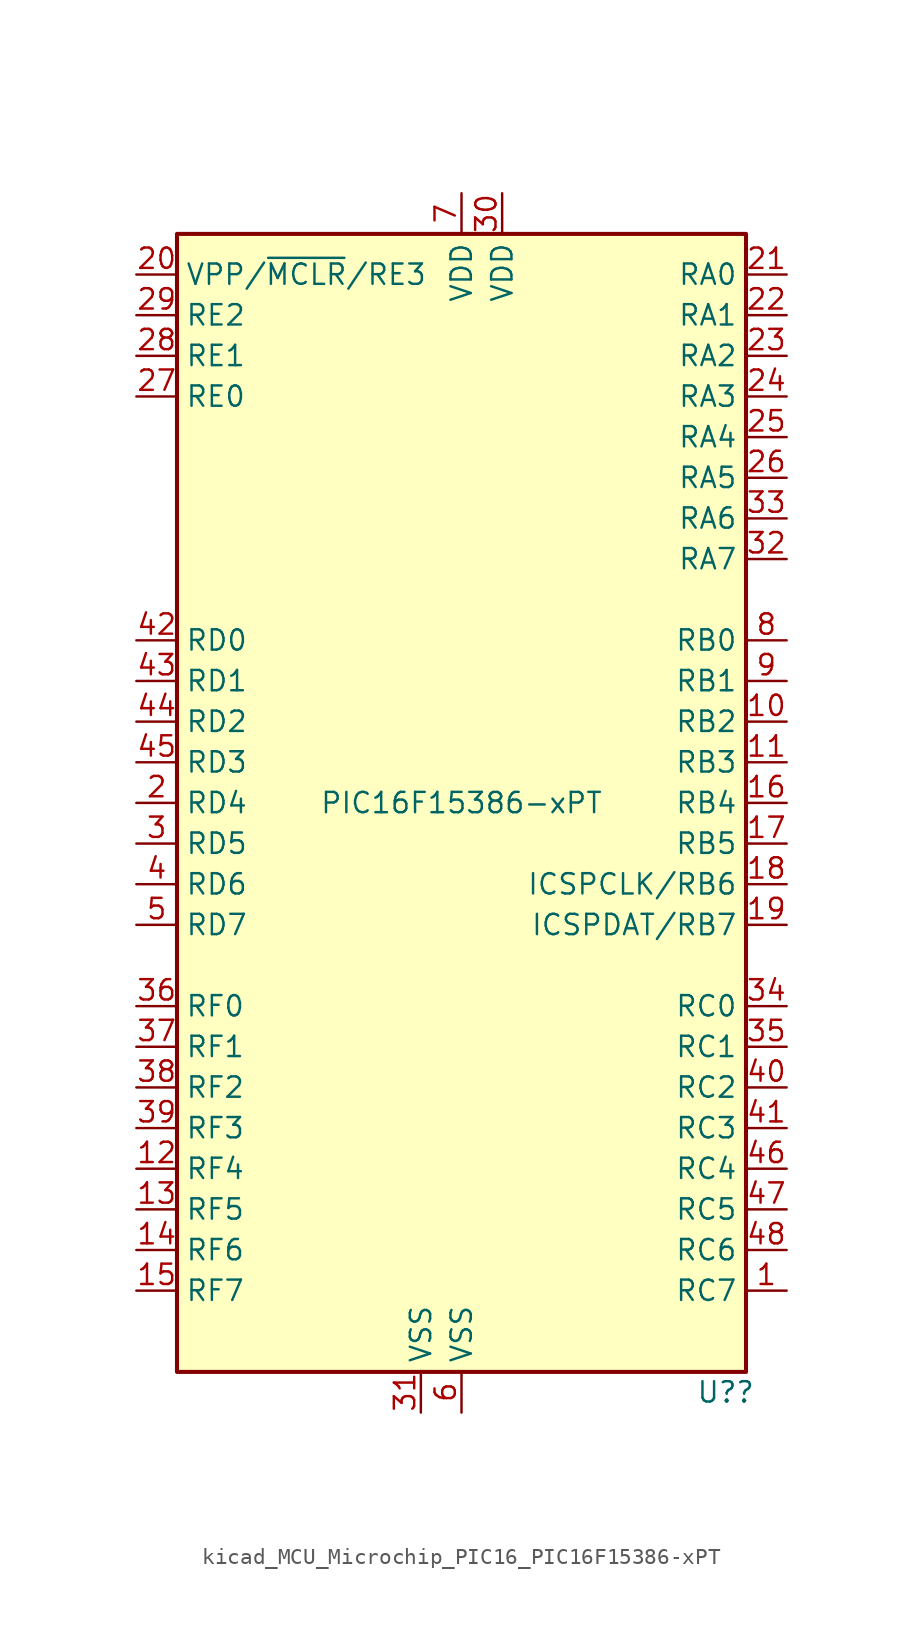
<source format=kicad_sym>
(kicad_symbol_lib
  (version 20220914)
  (generator kicad_symbol_editor)
  (symbol "kicad_MCU_Microchip_PIC16_PIC16F15386-xPT"
    (property "Reference" "U?"
      (at 16.51 -36.83 0)
      (effects (font (size 1.27 1.27))))
    (property "Value" "PIC16F15386-xPT"
      (at 0 0 0)
      (effects (font (size 1.27 1.27))))
    (symbol "kicad_MCU_Microchip_PIC16_PIC16F15386-xPT_0_0"
      (pin bidirectional line (at -20.32 -2.54 0) (length 2.54) (name "RD5" (effects (font (size 1.27 1.27)))) (number "3" (effects (font (size 1.27 1.27)))))
      (pin bidirectional line (at -20.32 -5.08 0) (length 2.54) (name "RD6" (effects (font (size 1.27 1.27)))) (number "4" (effects (font (size 1.27 1.27))))))
    (symbol "kicad_MCU_Microchip_PIC16_PIC16F15386-xPT_0_1"
      (rectangle (start -17.78 35.56) (end 17.78 -35.56) (stroke (width 0.254) (type default)) (fill (type background))))
    (symbol "kicad_MCU_Microchip_PIC16_PIC16F15386-xPT_1_1"
      (pin bidirectional line (at 20.32 -30.48 180) (length 2.54) (name "RC7" (effects (font (size 1.27 1.27)))) (number "1" (effects (font (size 1.27 1.27)))))
      (pin bidirectional line (at 20.32 5.08 180) (length 2.54) (name "RB2" (effects (font (size 1.27 1.27)))) (number "10" (effects (font (size 1.27 1.27)))))
      (pin bidirectional line (at 20.32 2.54 180) (length 2.54) (name "RB3" (effects (font (size 1.27 1.27)))) (number "11" (effects (font (size 1.27 1.27)))))
      (pin bidirectional line (at -20.32 -22.86 0) (length 2.54) (name "RF4" (effects (font (size 1.27 1.27)))) (number "12" (effects (font (size 1.27 1.27)))))
      (pin bidirectional line (at -20.32 -25.4 0) (length 2.54) (name "RF5" (effects (font (size 1.27 1.27)))) (number "13" (effects (font (size 1.27 1.27)))))
      (pin bidirectional line (at -20.32 -27.94 0) (length 2.54) (name "RF6" (effects (font (size 1.27 1.27)))) (number "14" (effects (font (size 1.27 1.27)))))
      (pin bidirectional line (at -20.32 -30.48 0) (length 2.54) (name "RF7" (effects (font (size 1.27 1.27)))) (number "15" (effects (font (size 1.27 1.27)))))
      (pin bidirectional line (at 20.32 0 180) (length 2.54) (name "RB4" (effects (font (size 1.27 1.27)))) (number "16" (effects (font (size 1.27 1.27)))))
      (pin bidirectional line (at 20.32 -2.54 180) (length 2.54) (name "RB5" (effects (font (size 1.27 1.27)))) (number "17" (effects (font (size 1.27 1.27)))))
      (pin bidirectional line (at 20.32 -5.08 180) (length 2.54) (name "ICSPCLK/RB6" (effects (font (size 1.27 1.27)))) (number "18" (effects (font (size 1.27 1.27)))))
      (pin bidirectional line (at 20.32 -7.62 180) (length 2.54) (name "ICSPDAT/RB7" (effects (font (size 1.27 1.27)))) (number "19" (effects (font (size 1.27 1.27)))))
      (pin bidirectional line (at -20.32 0 0) (length 2.54) (name "RD4" (effects (font (size 1.27 1.27)))) (number "2" (effects (font (size 1.27 1.27)))))
      (pin bidirectional line (at -20.32 33.02 0) (length 2.54) (name "VPP/~{MCLR}/RE3" (effects (font (size 1.27 1.27)))) (number "20" (effects (font (size 1.27 1.27)))))
      (pin bidirectional line (at 20.32 33.02 180) (length 2.54) (name "RA0" (effects (font (size 1.27 1.27)))) (number "21" (effects (font (size 1.27 1.27)))))
      (pin bidirectional line (at 20.32 30.48 180) (length 2.54) (name "RA1" (effects (font (size 1.27 1.27)))) (number "22" (effects (font (size 1.27 1.27)))))
      (pin bidirectional line (at 20.32 27.94 180) (length 2.54) (name "RA2" (effects (font (size 1.27 1.27)))) (number "23" (effects (font (size 1.27 1.27)))))
      (pin bidirectional line (at 20.32 25.4 180) (length 2.54) (name "RA3" (effects (font (size 1.27 1.27)))) (number "24" (effects (font (size 1.27 1.27)))))
      (pin bidirectional line (at 20.32 22.86 180) (length 2.54) (name "RA4" (effects (font (size 1.27 1.27)))) (number "25" (effects (font (size 1.27 1.27)))))
      (pin bidirectional line (at 20.32 20.32 180) (length 2.54) (name "RA5" (effects (font (size 1.27 1.27)))) (number "26" (effects (font (size 1.27 1.27)))))
      (pin bidirectional line (at -20.32 25.4 0) (length 2.54) (name "RE0" (effects (font (size 1.27 1.27)))) (number "27" (effects (font (size 1.27 1.27)))))
      (pin bidirectional line (at -20.32 27.94 0) (length 2.54) (name "RE1" (effects (font (size 1.27 1.27)))) (number "28" (effects (font (size 1.27 1.27)))))
      (pin bidirectional line (at -20.32 30.48 0) (length 2.54) (name "RE2" (effects (font (size 1.27 1.27)))) (number "29" (effects (font (size 1.27 1.27)))))
      (pin power_in line (at 2.54 38.1 270) (length 2.54) (name "VDD" (effects (font (size 1.27 1.27)))) (number "30" (effects (font (size 1.27 1.27)))))
      (pin power_in line (at -2.54 -38.1 90) (length 2.54) (name "VSS" (effects (font (size 1.27 1.27)))) (number "31" (effects (font (size 1.27 1.27)))))
      (pin bidirectional line (at 20.32 15.24 180) (length 2.54) (name "RA7" (effects (font (size 1.27 1.27)))) (number "32" (effects (font (size 1.27 1.27)))))
      (pin bidirectional line (at 20.32 17.78 180) (length 2.54) (name "RA6" (effects (font (size 1.27 1.27)))) (number "33" (effects (font (size 1.27 1.27)))))
      (pin bidirectional line (at 20.32 -12.7 180) (length 2.54) (name "RC0" (effects (font (size 1.27 1.27)))) (number "34" (effects (font (size 1.27 1.27)))))
      (pin bidirectional line (at 20.32 -15.24 180) (length 2.54) (name "RC1" (effects (font (size 1.27 1.27)))) (number "35" (effects (font (size 1.27 1.27)))))
      (pin bidirectional line (at -20.32 -12.7 0) (length 2.54) (name "RF0" (effects (font (size 1.27 1.27)))) (number "36" (effects (font (size 1.27 1.27)))))
      (pin bidirectional line (at -20.32 -15.24 0) (length 2.54) (name "RF1" (effects (font (size 1.27 1.27)))) (number "37" (effects (font (size 1.27 1.27)))))
      (pin bidirectional line (at -20.32 -17.78 0) (length 2.54) (name "RF2" (effects (font (size 1.27 1.27)))) (number "38" (effects (font (size 1.27 1.27)))))
      (pin bidirectional line (at -20.32 -20.32 0) (length 2.54) (name "RF3" (effects (font (size 1.27 1.27)))) (number "39" (effects (font (size 1.27 1.27)))))
      (pin bidirectional line (at 20.32 -17.78 180) (length 2.54) (name "RC2" (effects (font (size 1.27 1.27)))) (number "40" (effects (font (size 1.27 1.27)))))
      (pin bidirectional line (at 20.32 -20.32 180) (length 2.54) (name "RC3" (effects (font (size 1.27 1.27)))) (number "41" (effects (font (size 1.27 1.27)))))
      (pin bidirectional line (at -20.32 10.16 0) (length 2.54) (name "RD0" (effects (font (size 1.27 1.27)))) (number "42" (effects (font (size 1.27 1.27)))))
      (pin bidirectional line (at -20.32 7.62 0) (length 2.54) (name "RD1" (effects (font (size 1.27 1.27)))) (number "43" (effects (font (size 1.27 1.27)))))
      (pin bidirectional line (at -20.32 5.08 0) (length 2.54) (name "RD2" (effects (font (size 1.27 1.27)))) (number "44" (effects (font (size 1.27 1.27)))))
      (pin bidirectional line (at -20.32 2.54 0) (length 2.54) (name "RD3" (effects (font (size 1.27 1.27)))) (number "45" (effects (font (size 1.27 1.27)))))
      (pin bidirectional line (at 20.32 -22.86 180) (length 2.54) (name "RC4" (effects (font (size 1.27 1.27)))) (number "46" (effects (font (size 1.27 1.27)))))
      (pin bidirectional line (at 20.32 -25.4 180) (length 2.54) (name "RC5" (effects (font (size 1.27 1.27)))) (number "47" (effects (font (size 1.27 1.27)))))
      (pin bidirectional line (at 20.32 -27.94 180) (length 2.54) (name "RC6" (effects (font (size 1.27 1.27)))) (number "48" (effects (font (size 1.27 1.27)))))
      (pin bidirectional line (at -20.32 -7.62 0) (length 2.54) (name "RD7" (effects (font (size 1.27 1.27)))) (number "5" (effects (font (size 1.27 1.27)))))
      (pin power_in line (at 0 -38.1 90) (length 2.54) (name "VSS" (effects (font (size 1.27 1.27)))) (number "6" (effects (font (size 1.27 1.27)))))
      (pin power_in line (at 0 38.1 270) (length 2.54) (name "VDD" (effects (font (size 1.27 1.27)))) (number "7" (effects (font (size 1.27 1.27)))))
      (pin bidirectional line (at 20.32 10.16 180) (length 2.54) (name "RB0" (effects (font (size 1.27 1.27)))) (number "8" (effects (font (size 1.27 1.27)))))
      (pin bidirectional line (at 20.32 7.62 180) (length 2.54) (name "RB1" (effects (font (size 1.27 1.27)))) (number "9" (effects (font (size 1.27 1.27))))))))
</source>
